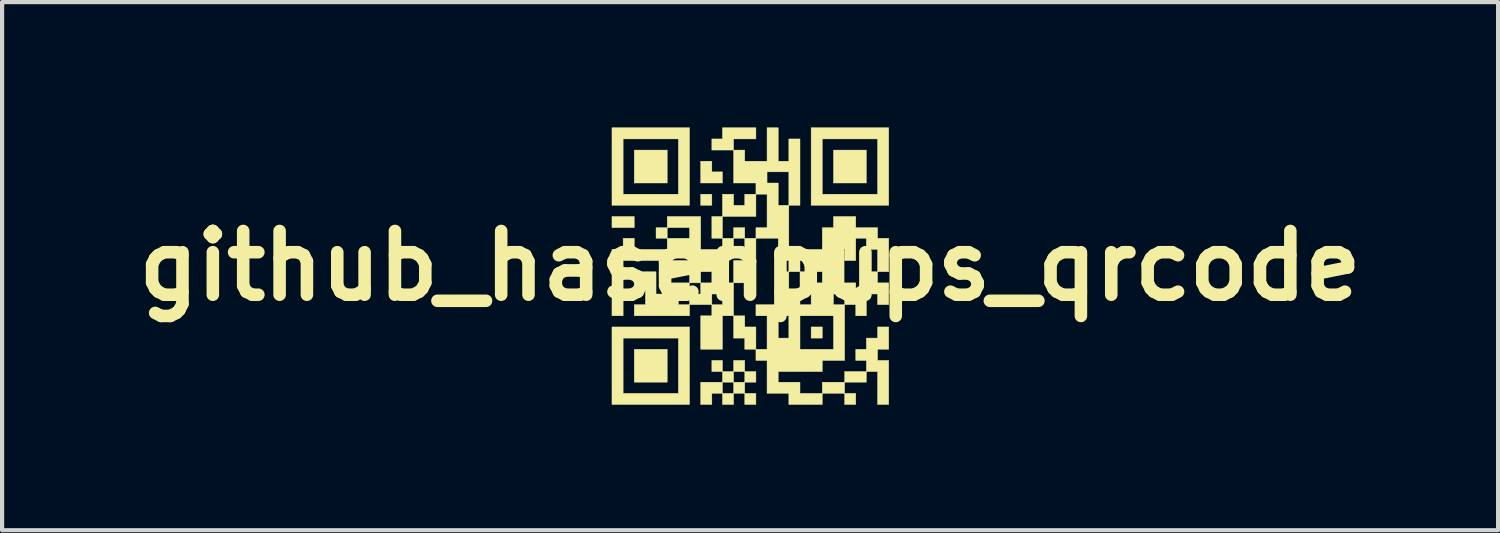
<source format=kicad_pcb>
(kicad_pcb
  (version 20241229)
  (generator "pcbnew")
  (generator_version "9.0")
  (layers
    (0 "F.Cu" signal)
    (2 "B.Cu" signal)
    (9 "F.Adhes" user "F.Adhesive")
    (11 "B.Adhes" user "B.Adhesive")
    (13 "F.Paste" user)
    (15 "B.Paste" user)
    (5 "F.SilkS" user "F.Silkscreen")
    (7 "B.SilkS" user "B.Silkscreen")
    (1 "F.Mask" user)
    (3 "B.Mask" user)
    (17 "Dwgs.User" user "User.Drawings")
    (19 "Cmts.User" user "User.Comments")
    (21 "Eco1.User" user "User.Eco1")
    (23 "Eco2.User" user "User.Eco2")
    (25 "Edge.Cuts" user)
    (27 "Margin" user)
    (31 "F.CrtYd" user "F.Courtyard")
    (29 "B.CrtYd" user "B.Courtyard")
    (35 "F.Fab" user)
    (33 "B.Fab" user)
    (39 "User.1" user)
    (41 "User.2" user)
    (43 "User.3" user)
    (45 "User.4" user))
  (footprint "github_hasenpups_qrcode"
    (layer "F.Cu")
    (at 14.884 3.307)
    (property "Reference" "github_hasenpups_qrcode" (at 0 0 0) (layer "F.SilkS") (effects (font (size 1.524 1.524) (thickness 0.3))))
    (attr through_hole)
    (fp_poly (pts (xy -2.769 -0.914) (xy -3.302 -0.914) (xy -3.302 -1.181) (xy -2.769 -1.181) (xy -2.769 -0.914)) (stroke (width 0.01) (type solid)) (fill yes) (layer "F.SilkS"))
    (fp_poly (pts (xy -1.981 -1.981) (xy -2.769 -1.981) (xy -2.769 -2.769) (xy -1.981 -2.769) (xy -1.981 -1.981)) (stroke (width 0.01) (type solid)) (fill yes) (layer "F.SilkS"))
    (fp_poly (pts (xy -1.981 2.781) (xy -2.769 2.781) (xy -2.769 1.994) (xy -1.981 1.994) (xy -1.981 2.781)) (stroke (width 0.01) (type solid)) (fill yes) (layer "F.SilkS"))
    (fp_poly (pts (xy -0.914 -1.448) (xy -1.181 -1.448) (xy -1.181 -1.714) (xy -0.914 -1.714) (xy -0.914 -1.448)) (stroke (width 0.01) (type solid)) (fill yes) (layer "F.SilkS"))
    (fp_poly (pts (xy -0.66 2.527) (xy -0.914 2.527) (xy -0.914 2.261) (xy -0.66 2.261) (xy -0.66 2.527)) (stroke (width 0.01) (type solid)) (fill yes) (layer "F.SilkS"))
    (fp_poly (pts (xy -0.127 -0.66) (xy -0.394 -0.66) (xy -0.394 -0.914) (xy -0.127 -0.914) (xy -0.127 -0.66)) (stroke (width 0.01) (type solid)) (fill yes) (layer "F.SilkS"))
    (fp_poly (pts (xy -0.127 0.406) (xy -0.394 0.406) (xy -0.394 -0.127) (xy -0.127 -0.127) (xy -0.127 0.406)) (stroke (width 0.01) (type solid)) (fill yes) (layer "F.SilkS"))
    (fp_poly (pts (xy 0.14 -0.127) (xy -0.127 -0.127) (xy -0.127 -0.66) (xy 0.14 -0.66) (xy 0.14 -0.127)) (stroke (width 0.01) (type solid)) (fill yes) (layer "F.SilkS"))
    (fp_poly (pts (xy 0.14 3.315) (xy -0.127 3.315) (xy -0.127 3.048) (xy 0.14 3.048) (xy 0.14 3.315)) (stroke (width 0.01) (type solid)) (fill yes) (layer "F.SilkS"))
    (fp_poly (pts (xy 1.727 1.727) (xy 1.46 1.727) (xy 1.46 1.46) (xy 1.727 1.46) (xy 1.727 1.727)) (stroke (width 0.01) (type solid)) (fill yes) (layer "F.SilkS"))
    (fp_poly (pts (xy 2.261 3.048) (xy 1.727 3.048) (xy 1.727 2.781) (xy 2.261 2.781) (xy 2.261 3.048)) (stroke (width 0.01) (type solid)) (fill yes) (layer "F.SilkS"))
    (fp_poly (pts (xy 2.527 3.315) (xy 2.261 3.315) (xy 2.261 3.048) (xy 2.527 3.048) (xy 2.527 3.315)) (stroke (width 0.01) (type solid)) (fill yes) (layer "F.SilkS"))
    (fp_poly (pts (xy 2.781 -1.981) (xy 1.994 -1.981) (xy 1.994 -2.769) (xy 2.781 -2.769) (xy 2.781 -1.981)) (stroke (width 0.01) (type solid)) (fill yes) (layer "F.SilkS"))
    (fp_poly (pts (xy 2.781 2.781) (xy 2.261 2.781) (xy 2.261 2.527) (xy 2.781 2.527) (xy 2.781 2.781)) (stroke (width 0.01) (type solid)) (fill yes) (layer "F.SilkS"))
    (fp_poly (pts (xy -0.914 -2.248) (xy -0.66 -2.248) (xy -0.66 -1.981) (xy -1.181 -1.981) (xy -1.181 -2.502) (xy -0.914 -2.502) (xy -0.914 -2.248)) (stroke (width 0.01) (type solid)) (fill yes) (layer "F.SilkS"))
    (fp_poly (pts (xy 0.14 -3.035) (xy -0.394 -3.035) (xy -0.394 -2.769) (xy -0.914 -2.769) (xy -0.914 -3.035) (xy -0.66 -3.035) (xy -0.66 -3.302) (xy 0.14 -3.302) (xy 0.14 -3.035)) (stroke (width 0.01) (type solid)) (fill yes) (layer "F.SilkS"))
    (fp_poly (pts (xy -1.448 -1.448) (xy -3.302 -1.448) (xy -3.302 -3.035) (xy -3.035 -3.035) (xy -3.035 -1.714) (xy -1.714 -1.714) (xy -1.714 -3.035) (xy -3.035 -3.035) (xy -3.302 -3.035) (xy -3.302 -3.302) (xy -1.448 -3.302) (xy -1.448 -1.448)) (stroke (width 0.01) (type solid)) (fill yes) (layer "F.SilkS"))
    (fp_poly (pts (xy -1.448 3.315) (xy -3.302 3.315) (xy -3.302 1.727) (xy -3.035 1.727) (xy -3.035 3.048) (xy -1.714 3.048) (xy -1.714 1.727) (xy -3.035 1.727) (xy -3.302 1.727) (xy -3.302 1.46) (xy -1.448 1.46) (xy -1.448 3.315)) (stroke (width 0.01) (type solid)) (fill yes) (layer "F.SilkS"))
    (fp_poly (pts (xy 3.315 -1.448) (xy 1.46 -1.448) (xy 1.46 -3.035) (xy 1.727 -3.035) (xy 1.727 -1.714) (xy 3.048 -1.714) (xy 3.048 -3.035) (xy 1.727 -3.035) (xy 1.46 -3.035) (xy 1.46 -3.302) (xy 3.315 -3.302) (xy 3.315 -1.448)) (stroke (width 0.01) (type solid)) (fill yes) (layer "F.SilkS"))
    (fp_poly (pts (xy 2.781 2.261) (xy 2.527 2.261) (xy 2.527 1.994) (xy 2.781 1.994) (xy 2.781 1.727) (xy 3.048 1.727) (xy 3.048 1.46) (xy 3.315 1.46) (xy 3.315 1.994) (xy 3.048 1.994) (xy 3.048 2.261) (xy 3.315 2.261) (xy 3.315 3.315) (xy 3.048 3.315) (xy 3.048 2.527) (xy 2.781 2.527) (xy 2.781 2.261)) (stroke (width 0.01) (type solid)) (fill yes) (layer "F.SilkS"))
    (fp_poly (pts (xy 0.14 2.527) (xy 0.14 2.781) (xy -0.127 2.781) (xy -0.127 3.048) (xy -0.394 3.048) (xy -0.394 3.315) (xy -0.66 3.315) (xy -0.66 3.048) (xy -0.914 3.048) (xy -0.914 3.315) (xy -1.181 3.315) (xy -1.181 2.781) (xy -0.66 2.781) (xy -0.66 3.048) (xy -0.394 3.048) (xy -0.394 2.781) (xy -0.66 2.781) (xy -0.66 2.527) (xy -0.394 2.527) (xy -0.394 2.781) (xy -0.127 2.781) (xy -0.127 2.527) (xy -0.394 2.527) (xy -0.394 2.261) (xy -0.127 2.261) (xy -0.127 2.527) (xy 0.14 2.527)) (stroke (width 0.01) (type solid)) (fill yes) (layer "F.SilkS"))
    (fp_poly (pts (xy -0.66 1.194) (xy -0.66 1.994) (xy -1.181 1.994) (xy -1.181 1.194) (xy -0.914 1.194) (xy -0.914 0.927) (xy -1.448 0.927) (xy -1.448 1.194) (xy -2.769 1.194) (xy -2.769 0.927) (xy -2.502 0.927) (xy -2.502 0.406) (xy -2.769 0.406) (xy -2.769 0.14) (xy -2.248 0.14) (xy -2.248 0.673) (xy -1.981 0.673) (xy -1.714 0.673) (xy -1.714 0.927) (xy -1.448 0.927) (xy -1.448 0.673) (xy -1.714 0.673) (xy -1.981 0.673) (xy -1.981 0.406) (xy -1.448 0.406) (xy -1.448 0.673) (xy -1.181 0.673) (xy -0.914 0.673) (xy -0.914 0.927) (xy -0.66 0.927) (xy -0.66 0.673) (xy -0.914 0.673) (xy -1.181 0.673) (xy -1.181 0.406) (xy -1.448 0.406) (xy -1.448 0.14) (xy -1.181 0.14) (xy -1.181 0.406) (xy -0.914 0.406) (xy -0.914 0.14) (xy -1.181 0.14) (xy -1.448 0.14) (xy -1.981 0.14) (xy -1.981 -0.127) (xy -3.035 -0.127) (xy -3.035 1.194) (xy -3.302 1.194) (xy -3.302 -0.394) (xy -3.035 -0.394) (xy -3.035 -0.66) (xy -2.769 -0.66) (xy -2.769 -0.394) (xy -1.981 -0.394) (xy -1.981 -0.127) (xy -1.448 -0.127) (xy -1.448 -0.394) (xy -1.981 -0.394) (xy -1.981 -0.66) (xy -2.248 -0.66) (xy -2.248 -0.914) (xy -1.981 -0.914) (xy -1.981 -0.66) (xy -1.448 -0.66) (xy -1.448 -0.914) (xy -1.981 -0.914) (xy -1.981 -1.181) (xy -1.181 -1.181) (xy -1.181 -0.394) (xy -0.66 -0.394) (xy -0.66 -0.66) (xy -0.914 -0.66) (xy -0.914 -1.181) (xy -0.66 -1.181) (xy -0.66 -0.66) (xy -0.394 -0.66) (xy -0.394 -0.394) (xy -0.66 -0.394) (xy -0.66 0.406) (xy -0.394 0.406) (xy -0.394 1.194) (xy -0.127 1.194) (xy -0.127 1.46) (xy 0.14 1.46) (xy 0.14 1.994) (xy 0.406 1.994) (xy 0.406 1.194) (xy 0.673 1.194) (xy 0.673 1.727) (xy 0.927 1.727) (xy 0.927 1.194) (xy 1.194 1.194) (xy 1.194 1.994) (xy 1.994 1.994) (xy 1.994 1.194) (xy 1.194 1.194) (xy 0.927 1.194) (xy 0.673 1.194) (xy 0.406 1.194) (xy 0.14 1.194) (xy 0.14 0.927) (xy 0.673 0.927) (xy 0.673 0.14) (xy 0.927 0.14) (xy 0.927 0.673) (xy 1.194 0.673) (xy 1.194 0.927) (xy 1.46 0.927) (xy 1.46 0.673) (xy 1.994 0.673) (xy 1.994 0.927) (xy 2.261 0.927) (xy 2.261 0.673) (xy 1.994 0.673) (xy 1.46 0.673) (xy 1.194 0.673) (xy 1.194 0.14) (xy 0.927 0.14) (xy 0.927 -0.127) (xy 1.194 -0.127) (xy 1.194 0.14) (xy 1.46 0.14) (xy 1.46 0.406) (xy 1.727 0.406) (xy 1.727 0.14) (xy 1.46 0.14) (xy 1.46 -0.127) (xy 1.194 -0.127) (xy 0.927 -0.127) (xy 0.673 -0.127) (xy 0.673 -0.66) (xy 0.14 -0.66) (xy 0.14 -0.914) (xy 0.406 -0.914) (xy 0.406 -1.714) (xy 0.14 -1.714) (xy 0.14 -1.181) (xy -0.66 -1.181) (xy -0.66 -1.714) (xy -0.394 -1.714) (xy -0.394 -1.448) (xy -0.127 -1.448) (xy -0.127 -1.714) (xy 0.14 -1.714) (xy 0.14 -1.981) (xy -0.394 -1.981) (xy -0.394 -2.248) (xy 0.406 -2.248) (xy 0.406 -1.981) (xy 0.673 -1.981) (xy 0.673 -1.448) (xy 0.927 -1.448) (xy 0.927 -2.248) (xy 0.406 -2.248) (xy -0.394 -2.248) (xy -0.394 -2.769) (xy -0.127 -2.769) (xy -0.127 -2.502) (xy 0.406 -2.502) (xy 0.406 -3.302) (xy 0.673 -3.302) (xy 0.673 -2.502) (xy 0.927 -2.502) (xy 0.927 -3.035) (xy 1.194 -3.035) (xy 1.194 -1.448) (xy 0.927 -1.448) (xy 0.927 -0.394) (xy 1.727 -0.394) (xy 1.994 -0.394) (xy 1.994 0.406) (xy 2.527 0.406) (xy 2.527 0.673) (xy 2.781 0.673) (xy 2.781 0.14) (xy 3.048 0.14) (xy 3.048 -0.394) (xy 2.781 -0.394) (xy 2.781 -0.66) (xy 2.527 -0.66) (xy 2.527 -0.127) (xy 2.261 -0.127) (xy 2.261 -0.394) (xy 1.994 -0.394) (xy 1.727 -0.394) (xy 1.727 -0.914) (xy 1.994 -0.914) (xy 1.994 -1.181) (xy 2.527 -1.181) (xy 2.527 -0.914) (xy 3.048 -0.914) (xy 3.048 -0.66) (xy 3.315 -0.66) (xy 3.315 0.14) (xy 3.048 0.14) (xy 3.048 0.406) (xy 3.315 0.406) (xy 3.315 0.927) (xy 3.048 0.927) (xy 3.048 0.673) (xy 2.781 0.673) (xy 2.781 1.194) (xy 2.527 1.194) (xy 2.527 0.927) (xy 2.261 0.927) (xy 2.261 2.261) (xy 1.727 2.261) (xy 1.727 2.527) (xy 0.673 2.527) (xy 0.673 2.781) (xy 1.194 2.781) (xy 1.194 3.048) (xy 1.727 3.048) (xy 1.727 3.315) (xy 0.927 3.315) (xy 0.927 3.048) (xy 0.406 3.048) (xy 0.406 2.261) (xy 0.14 2.261) (xy 0.14 1.994) (xy -0.127 1.994) (xy -0.127 1.727) (xy -0.394 1.727) (xy -0.394 1.194) (xy -0.66 1.194)) (stroke (width 0.01) (type solid)) (fill yes) (layer "F.SilkS")))
  (gr_rect
    (start -3 -3)
    (end 32.769 9.627)
    (stroke (width 0.1) (type default))
    (fill no)
    (layer "Edge.Cuts")))
</source>
